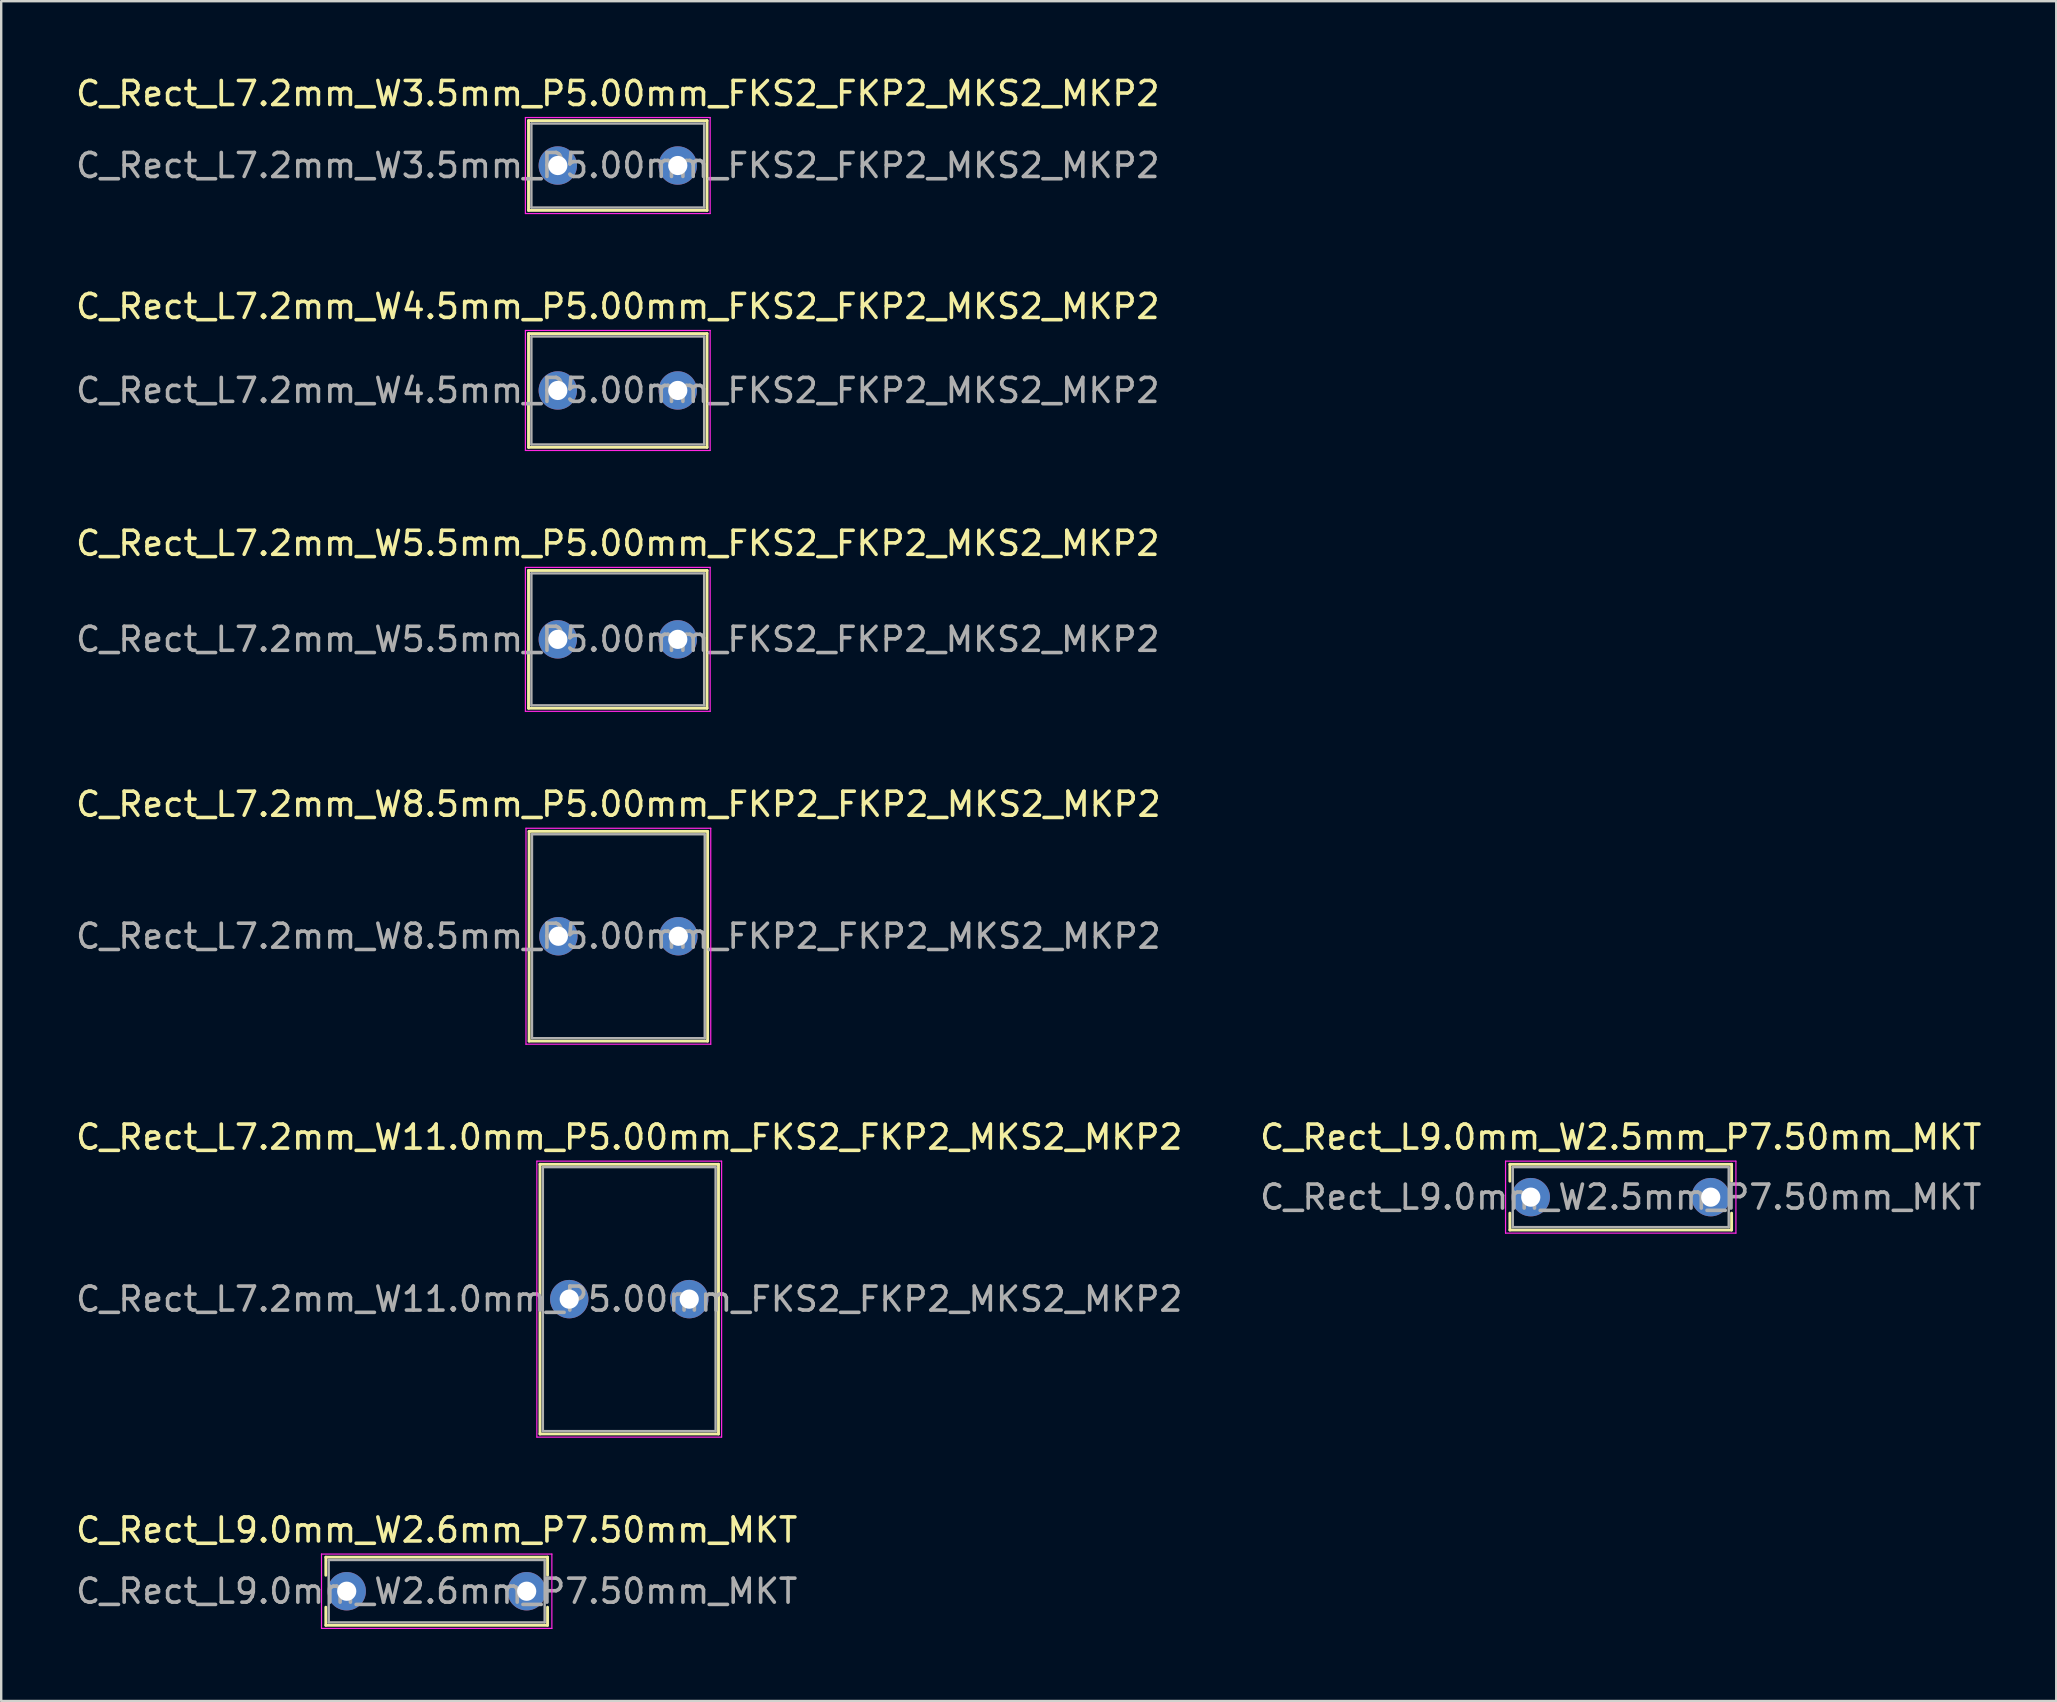
<source format=kicad_pcb>
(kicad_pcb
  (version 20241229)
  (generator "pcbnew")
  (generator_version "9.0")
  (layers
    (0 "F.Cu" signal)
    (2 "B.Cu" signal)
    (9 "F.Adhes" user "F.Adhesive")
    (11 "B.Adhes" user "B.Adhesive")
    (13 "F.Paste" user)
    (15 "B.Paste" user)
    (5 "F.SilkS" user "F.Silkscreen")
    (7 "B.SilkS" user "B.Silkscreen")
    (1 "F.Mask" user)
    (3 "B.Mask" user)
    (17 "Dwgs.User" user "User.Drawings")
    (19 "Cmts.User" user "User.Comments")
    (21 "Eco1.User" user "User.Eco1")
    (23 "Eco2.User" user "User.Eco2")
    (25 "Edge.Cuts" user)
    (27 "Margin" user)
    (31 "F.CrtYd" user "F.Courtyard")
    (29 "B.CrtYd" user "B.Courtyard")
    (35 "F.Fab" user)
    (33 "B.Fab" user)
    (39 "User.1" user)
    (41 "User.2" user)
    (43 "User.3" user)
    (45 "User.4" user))
  (footprint "C_Rect_L7.2mm_W11.0mm_P5.00mm_FKS2_FKP2_MKS2_MKP2"
    (layer "F.Cu")
    (at 20.673 51.091)
    (property "Reference" "C_Rect_L7.2mm_W11.0mm_P5.00mm_FKS2_FKP2_MKS2_MKP2" (at 2.5 -6.75 0) (layer "F.SilkS") (effects (font (size 1 1) (thickness 0.15))))
    (attr through_hole)
    (fp_line (start -1.22 -5.62) (end -1.22 5.62) (stroke (width 0.12) (type solid)) (layer "F.SilkS"))
    (fp_line (start -1.22 -5.62) (end 6.22 -5.62) (stroke (width 0.12) (type solid)) (layer "F.SilkS"))
    (fp_line (start -1.22 5.62) (end 6.22 5.62) (stroke (width 0.12) (type solid)) (layer "F.SilkS"))
    (fp_line (start 6.22 -5.62) (end 6.22 5.62) (stroke (width 0.12) (type solid)) (layer "F.SilkS"))
    (fp_line (start -1.35 -5.75) (end -1.35 5.75) (stroke (width 0.05) (type solid)) (layer "F.CrtYd"))
    (fp_line (start -1.35 5.75) (end 6.35 5.75) (stroke (width 0.05) (type solid)) (layer "F.CrtYd"))
    (fp_line (start 6.35 -5.75) (end -1.35 -5.75) (stroke (width 0.05) (type solid)) (layer "F.CrtYd"))
    (fp_line (start 6.35 5.75) (end 6.35 -5.75) (stroke (width 0.05) (type solid)) (layer "F.CrtYd"))
    (fp_line (start -1.1 -5.5) (end -1.1 5.5) (stroke (width 0.1) (type solid)) (layer "F.Fab"))
    (fp_line (start -1.1 5.5) (end 6.1 5.5) (stroke (width 0.1) (type solid)) (layer "F.Fab"))
    (fp_line (start 6.1 -5.5) (end -1.1 -5.5) (stroke (width 0.1) (type solid)) (layer "F.Fab"))
    (fp_line (start 6.1 5.5) (end 6.1 -5.5) (stroke (width 0.1) (type solid)) (layer "F.Fab"))
    (fp_text user "${REFERENCE}" (at 2.5 0 0) (layer "F.Fab") (effects (font (size 1 1) (thickness 0.15))))
    (pad "1" thru_hole circle (at 0 0) (size 1.6 1.6) (drill 0.8) (layers "*.Cu" "*.Mask"))
    (pad "2" thru_hole circle (at 5 0) (size 1.6 1.6) (drill 0.8) (layers "*.Cu" "*.Mask")))
  (footprint "C_Rect_L7.2mm_W3.5mm_P5.00mm_FKS2_FKP2_MKS2_MKP2"
    (layer "F.Cu")
    (at 20.196 3.848)
    (property "Reference" "C_Rect_L7.2mm_W3.5mm_P5.00mm_FKS2_FKP2_MKS2_MKP2" (at 2.5 -3 0) (layer "F.SilkS") (effects (font (size 1 1) (thickness 0.15))))
    (attr through_hole)
    (fp_line (start -1.22 -1.87) (end -1.22 1.87) (stroke (width 0.12) (type solid)) (layer "F.SilkS"))
    (fp_line (start -1.22 -1.87) (end 6.22 -1.87) (stroke (width 0.12) (type solid)) (layer "F.SilkS"))
    (fp_line (start -1.22 1.87) (end 6.22 1.87) (stroke (width 0.12) (type solid)) (layer "F.SilkS"))
    (fp_line (start 6.22 -1.87) (end 6.22 1.87) (stroke (width 0.12) (type solid)) (layer "F.SilkS"))
    (fp_line (start -1.35 -2) (end -1.35 2) (stroke (width 0.05) (type solid)) (layer "F.CrtYd"))
    (fp_line (start -1.35 2) (end 6.35 2) (stroke (width 0.05) (type solid)) (layer "F.CrtYd"))
    (fp_line (start 6.35 -2) (end -1.35 -2) (stroke (width 0.05) (type solid)) (layer "F.CrtYd"))
    (fp_line (start 6.35 2) (end 6.35 -2) (stroke (width 0.05) (type solid)) (layer "F.CrtYd"))
    (fp_line (start -1.1 -1.75) (end -1.1 1.75) (stroke (width 0.1) (type solid)) (layer "F.Fab"))
    (fp_line (start -1.1 1.75) (end 6.1 1.75) (stroke (width 0.1) (type solid)) (layer "F.Fab"))
    (fp_line (start 6.1 -1.75) (end -1.1 -1.75) (stroke (width 0.1) (type solid)) (layer "F.Fab"))
    (fp_line (start 6.1 1.75) (end 6.1 -1.75) (stroke (width 0.1) (type solid)) (layer "F.Fab"))
    (fp_text user "${REFERENCE}" (at 2.5 0 0) (layer "F.Fab") (effects (font (size 1 1) (thickness 0.15))))
    (pad "1" thru_hole circle (at 0 0) (size 1.6 1.6) (drill 0.8) (layers "*.Cu" "*.Mask"))
    (pad "2" thru_hole circle (at 5 0) (size 1.6 1.6) (drill 0.8) (layers "*.Cu" "*.Mask")))
  (footprint "C_Rect_L9.0mm_W2.6mm_P7.50mm_MKT"
    (layer "F.Cu")
    (at 11.399 63.264)
    (property "Reference" "C_Rect_L9.0mm_W2.6mm_P7.50mm_MKT" (at 3.75 -2.55 0) (layer "F.SilkS") (effects (font (size 1 1) (thickness 0.15))))
    (attr through_hole)
    (fp_line (start -0.87 -1.42) (end -0.87 -0.665) (stroke (width 0.12) (type solid)) (layer "F.SilkS"))
    (fp_line (start -0.87 -1.42) (end 8.37 -1.42) (stroke (width 0.12) (type solid)) (layer "F.SilkS"))
    (fp_line (start -0.87 0.665) (end -0.87 1.42) (stroke (width 0.12) (type solid)) (layer "F.SilkS"))
    (fp_line (start -0.87 1.42) (end 8.37 1.42) (stroke (width 0.12) (type solid)) (layer "F.SilkS"))
    (fp_line (start 8.37 -1.42) (end 8.37 -0.665) (stroke (width 0.12) (type solid)) (layer "F.SilkS"))
    (fp_line (start 8.37 0.665) (end 8.37 1.42) (stroke (width 0.12) (type solid)) (layer "F.SilkS"))
    (fp_line (start -1.05 -1.55) (end -1.05 1.55) (stroke (width 0.05) (type solid)) (layer "F.CrtYd"))
    (fp_line (start -1.05 1.55) (end 8.55 1.55) (stroke (width 0.05) (type solid)) (layer "F.CrtYd"))
    (fp_line (start 8.55 -1.55) (end -1.05 -1.55) (stroke (width 0.05) (type solid)) (layer "F.CrtYd"))
    (fp_line (start 8.55 1.55) (end 8.55 -1.55) (stroke (width 0.05) (type solid)) (layer "F.CrtYd"))
    (fp_line (start -0.75 -1.3) (end -0.75 1.3) (stroke (width 0.1) (type solid)) (layer "F.Fab"))
    (fp_line (start -0.75 1.3) (end 8.25 1.3) (stroke (width 0.1) (type solid)) (layer "F.Fab"))
    (fp_line (start 8.25 -1.3) (end -0.75 -1.3) (stroke (width 0.1) (type solid)) (layer "F.Fab"))
    (fp_line (start 8.25 1.3) (end 8.25 -1.3) (stroke (width 0.1) (type solid)) (layer "F.Fab"))
    (fp_text user "${REFERENCE}" (at 3.75 0 0) (layer "F.Fab") (effects (font (size 1 1) (thickness 0.15))))
    (pad "1" thru_hole circle (at 0 0) (size 1.6 1.6) (drill 0.8) (layers "*.Cu" "*.Mask"))
    (pad "2" thru_hole circle (at 7.5 0) (size 1.6 1.6) (drill 0.8) (layers "*.Cu" "*.Mask")))
  (footprint "C_Rect_L7.2mm_W4.5mm_P5.00mm_FKS2_FKP2_MKS2_MKP2"
    (layer "F.Cu")
    (at 20.196 13.222)
    (property "Reference" "C_Rect_L7.2mm_W4.5mm_P5.00mm_FKS2_FKP2_MKS2_MKP2" (at 2.5 -3.5 0) (layer "F.SilkS") (effects (font (size 1 1) (thickness 0.15))))
    (attr through_hole)
    (fp_line (start -1.22 -2.37) (end -1.22 2.37) (stroke (width 0.12) (type solid)) (layer "F.SilkS"))
    (fp_line (start -1.22 -2.37) (end 6.22 -2.37) (stroke (width 0.12) (type solid)) (layer "F.SilkS"))
    (fp_line (start -1.22 2.37) (end 6.22 2.37) (stroke (width 0.12) (type solid)) (layer "F.SilkS"))
    (fp_line (start 6.22 -2.37) (end 6.22 2.37) (stroke (width 0.12) (type solid)) (layer "F.SilkS"))
    (fp_line (start -1.35 -2.5) (end -1.35 2.5) (stroke (width 0.05) (type solid)) (layer "F.CrtYd"))
    (fp_line (start -1.35 2.5) (end 6.35 2.5) (stroke (width 0.05) (type solid)) (layer "F.CrtYd"))
    (fp_line (start 6.35 -2.5) (end -1.35 -2.5) (stroke (width 0.05) (type solid)) (layer "F.CrtYd"))
    (fp_line (start 6.35 2.5) (end 6.35 -2.5) (stroke (width 0.05) (type solid)) (layer "F.CrtYd"))
    (fp_line (start -1.1 -2.25) (end -1.1 2.25) (stroke (width 0.1) (type solid)) (layer "F.Fab"))
    (fp_line (start -1.1 2.25) (end 6.1 2.25) (stroke (width 0.1) (type solid)) (layer "F.Fab"))
    (fp_line (start 6.1 -2.25) (end -1.1 -2.25) (stroke (width 0.1) (type solid)) (layer "F.Fab"))
    (fp_line (start 6.1 2.25) (end 6.1 -2.25) (stroke (width 0.1) (type solid)) (layer "F.Fab"))
    (fp_text user "${REFERENCE}" (at 2.5 0 0) (layer "F.Fab") (effects (font (size 1 1) (thickness 0.15))))
    (pad "1" thru_hole circle (at 0 0) (size 1.6 1.6) (drill 0.8) (layers "*.Cu" "*.Mask"))
    (pad "2" thru_hole circle (at 5 0) (size 1.6 1.6) (drill 0.8) (layers "*.Cu" "*.Mask")))
  (footprint "C_Rect_L7.2mm_W8.5mm_P5.00mm_FKP2_FKP2_MKS2_MKP2"
    (layer "F.Cu")
    (at 20.22 35.968)
    (property "Reference" "C_Rect_L7.2mm_W8.5mm_P5.00mm_FKP2_FKP2_MKS2_MKP2" (at 2.5 -5.5 0) (layer "F.SilkS") (effects (font (size 1 1) (thickness 0.15))))
    (attr through_hole)
    (fp_line (start -1.22 -4.37) (end -1.22 4.37) (stroke (width 0.12) (type solid)) (layer "F.SilkS"))
    (fp_line (start -1.22 -4.37) (end 6.22 -4.37) (stroke (width 0.12) (type solid)) (layer "F.SilkS"))
    (fp_line (start -1.22 4.37) (end 6.22 4.37) (stroke (width 0.12) (type solid)) (layer "F.SilkS"))
    (fp_line (start 6.22 -4.37) (end 6.22 4.37) (stroke (width 0.12) (type solid)) (layer "F.SilkS"))
    (fp_line (start -1.35 -4.5) (end -1.35 4.5) (stroke (width 0.05) (type solid)) (layer "F.CrtYd"))
    (fp_line (start -1.35 4.5) (end 6.35 4.5) (stroke (width 0.05) (type solid)) (layer "F.CrtYd"))
    (fp_line (start 6.35 -4.5) (end -1.35 -4.5) (stroke (width 0.05) (type solid)) (layer "F.CrtYd"))
    (fp_line (start 6.35 4.5) (end 6.35 -4.5) (stroke (width 0.05) (type solid)) (layer "F.CrtYd"))
    (fp_line (start -1.1 -4.25) (end -1.1 4.25) (stroke (width 0.1) (type solid)) (layer "F.Fab"))
    (fp_line (start -1.1 4.25) (end 6.1 4.25) (stroke (width 0.1) (type solid)) (layer "F.Fab"))
    (fp_line (start 6.1 -4.25) (end -1.1 -4.25) (stroke (width 0.1) (type solid)) (layer "F.Fab"))
    (fp_line (start 6.1 4.25) (end 6.1 -4.25) (stroke (width 0.1) (type solid)) (layer "F.Fab"))
    (fp_text user "${REFERENCE}" (at 2.5 0 0) (layer "F.Fab") (effects (font (size 1 1) (thickness 0.15))))
    (pad "1" thru_hole circle (at 0 0) (size 1.6 1.6) (drill 0.8) (layers "*.Cu" "*.Mask"))
    (pad "2" thru_hole circle (at 5 0) (size 1.6 1.6) (drill 0.8) (layers "*.Cu" "*.Mask")))
  (footprint "C_Rect_L9.0mm_W2.5mm_P7.50mm_MKT"
    (layer "F.Cu")
    (at 60.744 46.841)
    (property "Reference" "C_Rect_L9.0mm_W2.5mm_P7.50mm_MKT" (at 3.75 -2.5 0) (layer "F.SilkS") (effects (font (size 1 1) (thickness 0.15))))
    (attr through_hole)
    (fp_line (start -0.87 -1.37) (end -0.87 -0.665) (stroke (width 0.12) (type solid)) (layer "F.SilkS"))
    (fp_line (start -0.87 -1.37) (end 8.37 -1.37) (stroke (width 0.12) (type solid)) (layer "F.SilkS"))
    (fp_line (start -0.87 0.665) (end -0.87 1.37) (stroke (width 0.12) (type solid)) (layer "F.SilkS"))
    (fp_line (start -0.87 1.37) (end 8.37 1.37) (stroke (width 0.12) (type solid)) (layer "F.SilkS"))
    (fp_line (start 8.37 -1.37) (end 8.37 -0.665) (stroke (width 0.12) (type solid)) (layer "F.SilkS"))
    (fp_line (start 8.37 0.665) (end 8.37 1.37) (stroke (width 0.12) (type solid)) (layer "F.SilkS"))
    (fp_line (start -1.05 -1.5) (end -1.05 1.5) (stroke (width 0.05) (type solid)) (layer "F.CrtYd"))
    (fp_line (start -1.05 1.5) (end 8.55 1.5) (stroke (width 0.05) (type solid)) (layer "F.CrtYd"))
    (fp_line (start 8.55 -1.5) (end -1.05 -1.5) (stroke (width 0.05) (type solid)) (layer "F.CrtYd"))
    (fp_line (start 8.55 1.5) (end 8.55 -1.5) (stroke (width 0.05) (type solid)) (layer "F.CrtYd"))
    (fp_line (start -0.75 -1.25) (end -0.75 1.25) (stroke (width 0.1) (type solid)) (layer "F.Fab"))
    (fp_line (start -0.75 1.25) (end 8.25 1.25) (stroke (width 0.1) (type solid)) (layer "F.Fab"))
    (fp_line (start 8.25 -1.25) (end -0.75 -1.25) (stroke (width 0.1) (type solid)) (layer "F.Fab"))
    (fp_line (start 8.25 1.25) (end 8.25 -1.25) (stroke (width 0.1) (type solid)) (layer "F.Fab"))
    (fp_text user "${REFERENCE}" (at 3.75 0 0) (layer "F.Fab") (effects (font (size 1 1) (thickness 0.15))))
    (pad "1" thru_hole circle (at 0 0) (size 1.6 1.6) (drill 0.8) (layers "*.Cu" "*.Mask"))
    (pad "2" thru_hole circle (at 7.5 0) (size 1.6 1.6) (drill 0.8) (layers "*.Cu" "*.Mask")))
  (footprint "C_Rect_L7.2mm_W5.5mm_P5.00mm_FKS2_FKP2_MKS2_MKP2"
    (layer "F.Cu")
    (at 20.196 23.595)
    (property "Reference" "C_Rect_L7.2mm_W5.5mm_P5.00mm_FKS2_FKP2_MKS2_MKP2" (at 2.5 -4 0) (layer "F.SilkS") (effects (font (size 1 1) (thickness 0.15))))
    (attr through_hole)
    (fp_line (start -1.22 -2.87) (end -1.22 2.87) (stroke (width 0.12) (type solid)) (layer "F.SilkS"))
    (fp_line (start -1.22 -2.87) (end 6.22 -2.87) (stroke (width 0.12) (type solid)) (layer "F.SilkS"))
    (fp_line (start -1.22 2.87) (end 6.22 2.87) (stroke (width 0.12) (type solid)) (layer "F.SilkS"))
    (fp_line (start 6.22 -2.87) (end 6.22 2.87) (stroke (width 0.12) (type solid)) (layer "F.SilkS"))
    (fp_line (start -1.35 -3) (end -1.35 3) (stroke (width 0.05) (type solid)) (layer "F.CrtYd"))
    (fp_line (start -1.35 3) (end 6.35 3) (stroke (width 0.05) (type solid)) (layer "F.CrtYd"))
    (fp_line (start 6.35 -3) (end -1.35 -3) (stroke (width 0.05) (type solid)) (layer "F.CrtYd"))
    (fp_line (start 6.35 3) (end 6.35 -3) (stroke (width 0.05) (type solid)) (layer "F.CrtYd"))
    (fp_line (start -1.1 -2.75) (end -1.1 2.75) (stroke (width 0.1) (type solid)) (layer "F.Fab"))
    (fp_line (start -1.1 2.75) (end 6.1 2.75) (stroke (width 0.1) (type solid)) (layer "F.Fab"))
    (fp_line (start 6.1 -2.75) (end -1.1 -2.75) (stroke (width 0.1) (type solid)) (layer "F.Fab"))
    (fp_line (start 6.1 2.75) (end 6.1 -2.75) (stroke (width 0.1) (type solid)) (layer "F.Fab"))
    (fp_text user "${REFERENCE}" (at 2.5 0 0) (layer "F.Fab") (effects (font (size 1 1) (thickness 0.15))))
    (pad "1" thru_hole circle (at 0 0) (size 1.6 1.6) (drill 0.8) (layers "*.Cu" "*.Mask"))
    (pad "2" thru_hole circle (at 5 0) (size 1.6 1.6) (drill 0.8) (layers "*.Cu" "*.Mask")))
  (gr_rect
    (start -3 -3)
    (end 82.643 67.84)
    (stroke (width 0.1) (type default))
    (fill no)
    (layer "Edge.Cuts")))
</source>
